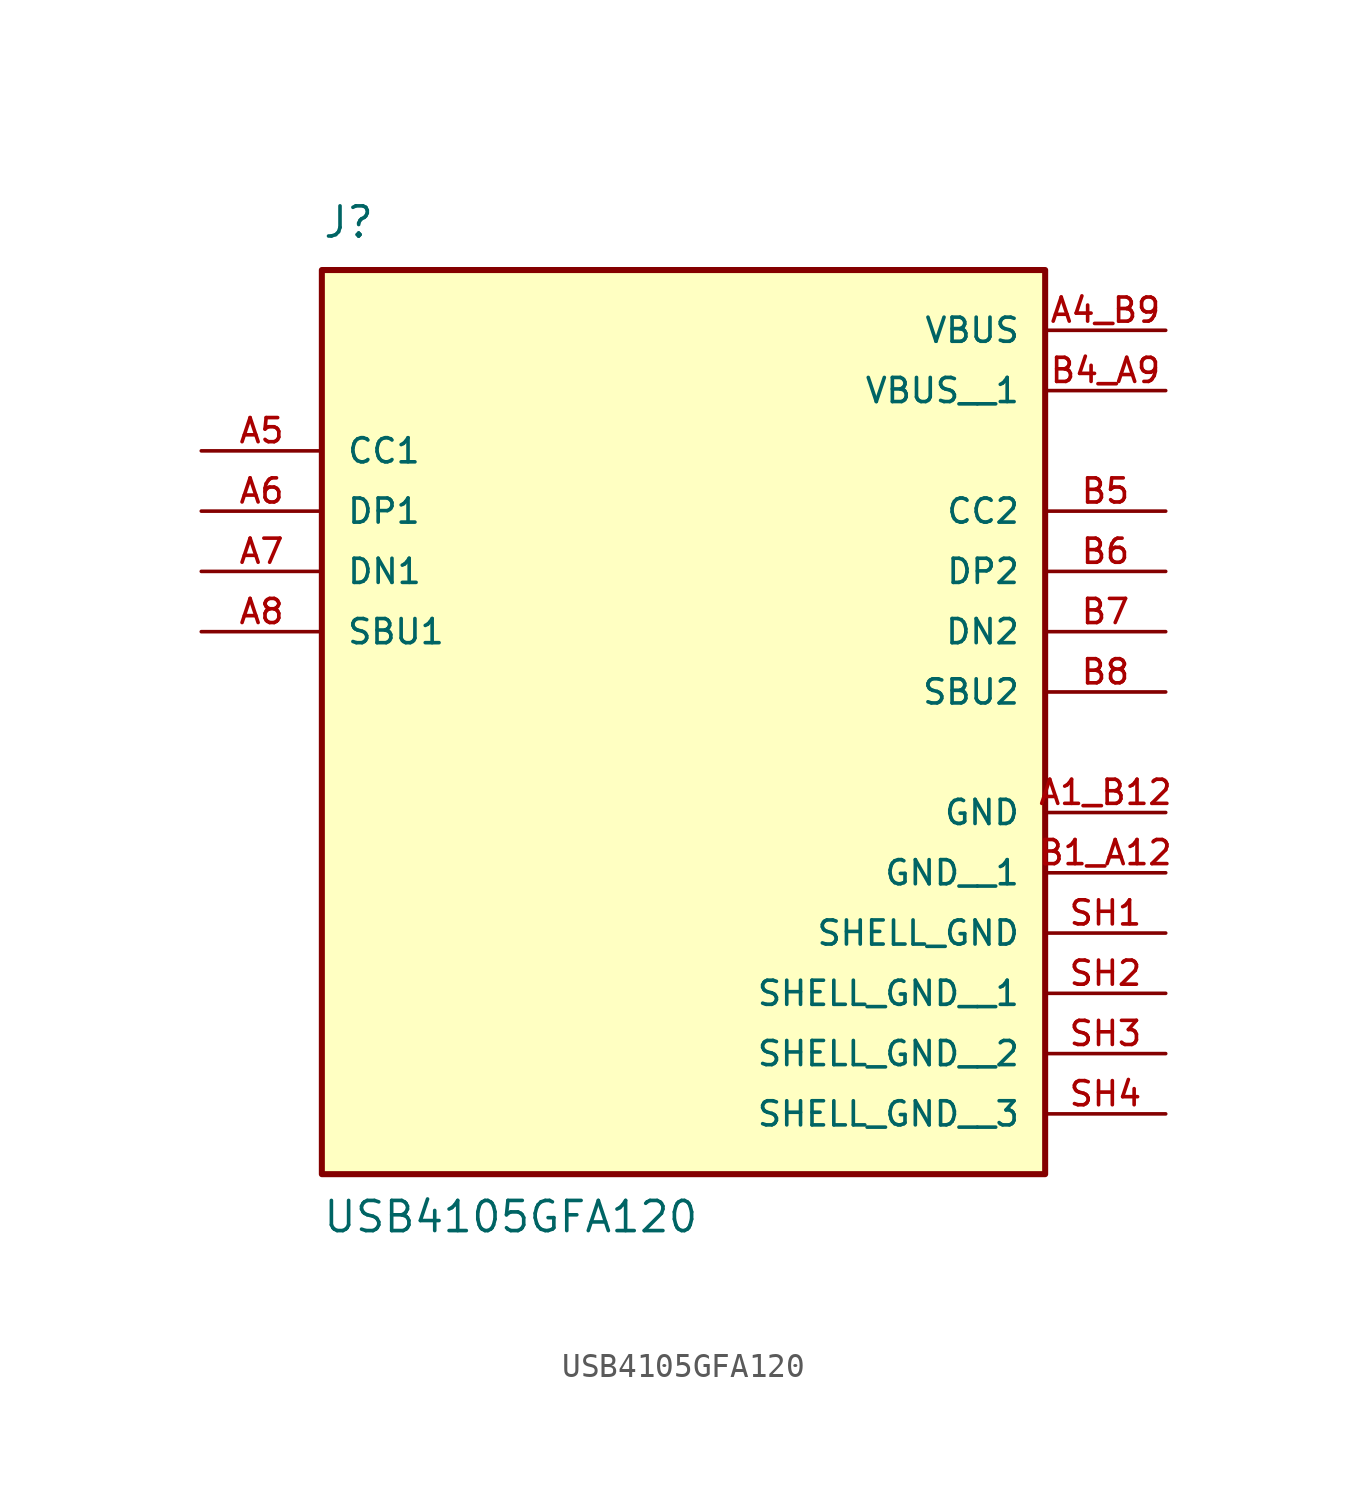
<source format=kicad_sym>
(kicad_symbol_lib
  (version 20211014)
  (generator kicad_symbol_editor)
  (symbol "USB4105GFA120"
    (pin_names
      (offset 1.016))
    (property "Reference" "J"
      (at -15.24 13.97 0)
      (effects (font (size 1.27 1.27)) (justify left bottom)))
    (property "Value" "USB4105GFA120"
      (at -15.24 -27.94 0)
      (effects (font (size 1.27 1.27)) (justify left bottom)))
    (symbol "USB4105GFA120_0_0"
      (rectangle (start -15.24 -25.4) (end 15.24 12.7) (stroke (width 0.254) (type default) (color 0 0 0 0)) (fill (type background)))
      (pin power_in line (at 20.32 -10.16 180) (length 5.08) (name "GND" (effects (font (size 1.016 1.016)))) (number "A1_B12" (effects (font (size 1.016 1.016)))))
      (pin power_in line (at 20.32 10.16 180) (length 5.08) (name "VBUS" (effects (font (size 1.016 1.016)))) (number "A4_B9" (effects (font (size 1.016 1.016)))))
      (pin bidirectional line (at -20.32 5.08 0) (length 5.08) (name "CC1" (effects (font (size 1.016 1.016)))) (number "A5" (effects (font (size 1.016 1.016)))))
      (pin bidirectional line (at -20.32 2.54 0) (length 5.08) (name "DP1" (effects (font (size 1.016 1.016)))) (number "A6" (effects (font (size 1.016 1.016)))))
      (pin bidirectional line (at -20.32 0 0) (length 5.08) (name "DN1" (effects (font (size 1.016 1.016)))) (number "A7" (effects (font (size 1.016 1.016)))))
      (pin bidirectional line (at -20.32 -2.54 0) (length 5.08) (name "SBU1" (effects (font (size 1.016 1.016)))) (number "A8" (effects (font (size 1.016 1.016)))))
      (pin power_in line (at 20.32 -12.7 180) (length 5.08) (name "GND__1" (effects (font (size 1.016 1.016)))) (number "B1_A12" (effects (font (size 1.016 1.016)))))
      (pin power_in line (at 20.32 7.62 180) (length 5.08) (name "VBUS__1" (effects (font (size 1.016 1.016)))) (number "B4_A9" (effects (font (size 1.016 1.016)))))
      (pin bidirectional line (at 20.32 2.54 180) (length 5.08) (name "CC2" (effects (font (size 1.016 1.016)))) (number "B5" (effects (font (size 1.016 1.016)))))
      (pin bidirectional line (at 20.32 0 180) (length 5.08) (name "DP2" (effects (font (size 1.016 1.016)))) (number "B6" (effects (font (size 1.016 1.016)))))
      (pin bidirectional line (at 20.32 -2.54 180) (length 5.08) (name "DN2" (effects (font (size 1.016 1.016)))) (number "B7" (effects (font (size 1.016 1.016)))))
      (pin bidirectional line (at 20.32 -5.08 180) (length 5.08) (name "SBU2" (effects (font (size 1.016 1.016)))) (number "B8" (effects (font (size 1.016 1.016)))))
      (pin power_in line (at 20.32 -15.24 180) (length 5.08) (name "SHELL_GND" (effects (font (size 1.016 1.016)))) (number "SH1" (effects (font (size 1.016 1.016)))))
      (pin power_in line (at 20.32 -17.78 180) (length 5.08) (name "SHELL_GND__1" (effects (font (size 1.016 1.016)))) (number "SH2" (effects (font (size 1.016 1.016)))))
      (pin power_in line (at 20.32 -20.32 180) (length 5.08) (name "SHELL_GND__2" (effects (font (size 1.016 1.016)))) (number "SH3" (effects (font (size 1.016 1.016)))))
      (pin power_in line (at 20.32 -22.86 180) (length 5.08) (name "SHELL_GND__3" (effects (font (size 1.016 1.016)))) (number "SH4" (effects (font (size 1.016 1.016))))))))
</source>
